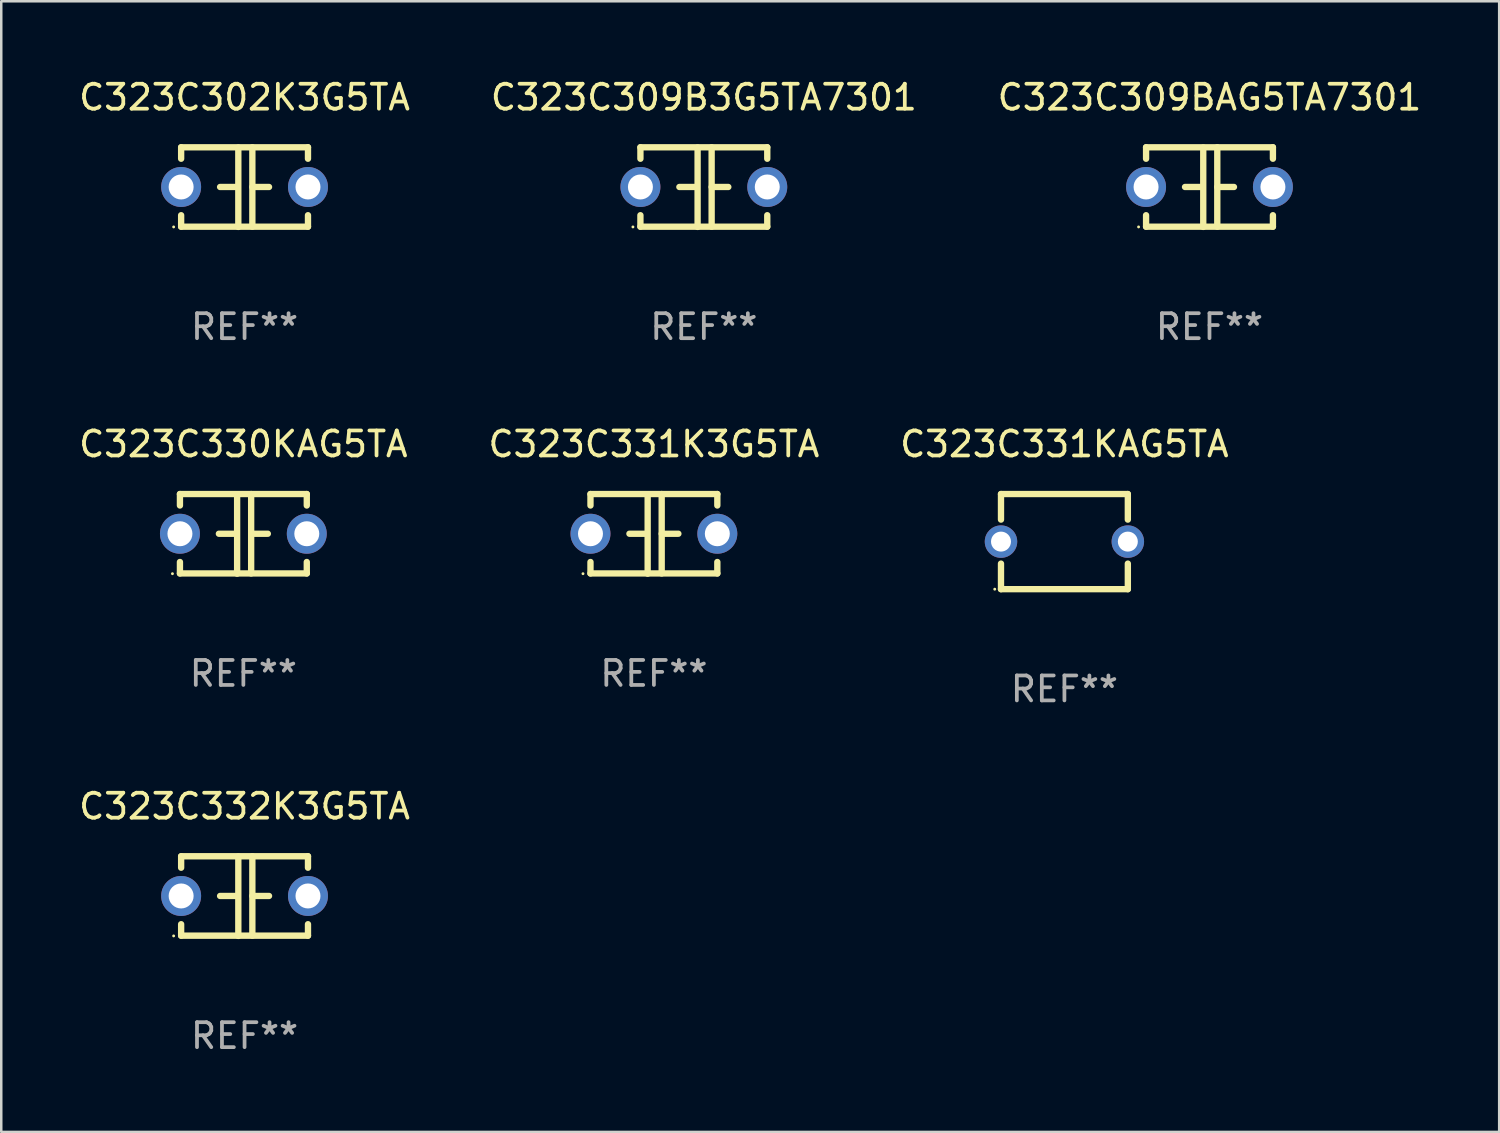
<source format=kicad_pcb>
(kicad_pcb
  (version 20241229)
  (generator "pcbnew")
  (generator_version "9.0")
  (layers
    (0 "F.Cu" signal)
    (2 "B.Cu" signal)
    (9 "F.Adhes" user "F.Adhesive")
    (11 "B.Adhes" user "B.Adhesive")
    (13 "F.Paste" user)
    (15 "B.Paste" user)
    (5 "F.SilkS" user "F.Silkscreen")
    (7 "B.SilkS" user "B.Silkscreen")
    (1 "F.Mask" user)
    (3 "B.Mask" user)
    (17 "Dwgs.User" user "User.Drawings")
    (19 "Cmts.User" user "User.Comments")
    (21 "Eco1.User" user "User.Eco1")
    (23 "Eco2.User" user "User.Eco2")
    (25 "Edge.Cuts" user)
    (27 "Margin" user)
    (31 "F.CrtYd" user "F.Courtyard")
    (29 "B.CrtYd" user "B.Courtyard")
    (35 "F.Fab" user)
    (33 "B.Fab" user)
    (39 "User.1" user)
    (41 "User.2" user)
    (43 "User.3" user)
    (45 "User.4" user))
  (footprint "C323C330KAG5TA"
    (layer "F.Cu")
    (at 6.696 18.33)
    (property "Reference" "C323C330KAG5TA" (at 0 -3.595 0) (layer "F.SilkS") (effects (font (size 1 1) (thickness 0.15))))
    (attr through_hole)
    (fp_line (start -2.54 -1.595) (end -2.54 -1.136) (stroke (width 0.254) (type solid)) (layer "F.SilkS"))
    (fp_line (start -2.54 -1.595) (end 2.54 -1.595) (stroke (width 0.254) (type solid)) (layer "F.SilkS"))
    (fp_line (start -2.54 1.126) (end -2.54 1.585) (stroke (width 0.254) (type solid)) (layer "F.SilkS"))
    (fp_line (start -0.312 -0.005) (end -0.98 -0.005) (stroke (width 0.254) (type solid)) (layer "F.SilkS"))
    (fp_line (start -0.25 -1.585) (end -0.25 1.595) (stroke (width 0.254) (type solid)) (layer "F.SilkS"))
    (fp_line (start 0.312 -1.595) (end 0.312 1.585) (stroke (width 0.254) (type solid)) (layer "F.SilkS"))
    (fp_line (start 0.312 -0.005) (end 0.98 -0.005) (stroke (width 0.254) (type solid)) (layer "F.SilkS"))
    (fp_line (start 2.54 -1.595) (end 2.54 -1.136) (stroke (width 0.254) (type solid)) (layer "F.SilkS"))
    (fp_line (start 2.54 1.126) (end 2.54 1.585) (stroke (width 0.254) (type solid)) (layer "F.SilkS"))
    (fp_line (start 2.54 1.585) (end -2.54 1.585) (stroke (width 0.254) (type solid)) (layer "F.SilkS"))
    (fp_circle (center -2.84 1.595) (end -2.81 1.595) (stroke (width 0.06) (type solid)) (fill no) (layer "F.SilkS"))
    (fp_text user "REF**" (at 0 5.595 0) (layer "F.Fab") (effects (font (size 1 1) (thickness 0.15))))
    (pad "1" thru_hole circle (at -2.54 -0.005) (size 1.6 1.6) (drill 1) (layers "*.Cu" "*.Mask"))
    (pad "2" thru_hole circle (at 2.54 -0.005) (size 1.6 1.6) (drill 1) (layers "*.Cu" "*.Mask")))
  (footprint "C323C331K3G5TA"
    (layer "F.Cu")
    (at 23.137 18.33)
    (property "Reference" "C323C331K3G5TA" (at 0 -3.595 0) (layer "F.SilkS") (effects (font (size 1 1) (thickness 0.15))))
    (attr through_hole)
    (fp_line (start -2.54 -1.595) (end -2.54 -1.136) (stroke (width 0.254) (type solid)) (layer "F.SilkS"))
    (fp_line (start -2.54 -1.595) (end 2.54 -1.595) (stroke (width 0.254) (type solid)) (layer "F.SilkS"))
    (fp_line (start -2.54 1.126) (end -2.54 1.585) (stroke (width 0.254) (type solid)) (layer "F.SilkS"))
    (fp_line (start -0.312 -0.005) (end -0.98 -0.005) (stroke (width 0.254) (type solid)) (layer "F.SilkS"))
    (fp_line (start -0.25 -1.585) (end -0.25 1.595) (stroke (width 0.254) (type solid)) (layer "F.SilkS"))
    (fp_line (start 0.312 -1.595) (end 0.312 1.585) (stroke (width 0.254) (type solid)) (layer "F.SilkS"))
    (fp_line (start 0.312 -0.005) (end 0.98 -0.005) (stroke (width 0.254) (type solid)) (layer "F.SilkS"))
    (fp_line (start 2.54 -1.595) (end 2.54 -1.136) (stroke (width 0.254) (type solid)) (layer "F.SilkS"))
    (fp_line (start 2.54 1.126) (end 2.54 1.585) (stroke (width 0.254) (type solid)) (layer "F.SilkS"))
    (fp_line (start 2.54 1.585) (end -2.54 1.585) (stroke (width 0.254) (type solid)) (layer "F.SilkS"))
    (fp_circle (center -2.84 1.595) (end -2.81 1.595) (stroke (width 0.06) (type solid)) (fill no) (layer "F.SilkS"))
    (fp_text user "REF**" (at 0 5.595 0) (layer "F.Fab") (effects (font (size 1 1) (thickness 0.15))))
    (pad "1" thru_hole circle (at -2.54 -0.005) (size 1.6 1.6) (drill 1) (layers "*.Cu" "*.Mask"))
    (pad "2" thru_hole circle (at 2.54 -0.005) (size 1.6 1.6) (drill 1) (layers "*.Cu" "*.Mask")))
  (footprint "C323C302K3G5TA"
    (layer "F.Cu")
    (at 6.744 4.443)
    (property "Reference" "C323C302K3G5TA" (at 0 -3.595 0) (layer "F.SilkS") (effects (font (size 1 1) (thickness 0.15))))
    (attr through_hole)
    (fp_line (start -2.54 -1.595) (end -2.54 -1.136) (stroke (width 0.254) (type solid)) (layer "F.SilkS"))
    (fp_line (start -2.54 -1.595) (end 2.54 -1.595) (stroke (width 0.254) (type solid)) (layer "F.SilkS"))
    (fp_line (start -2.54 1.126) (end -2.54 1.585) (stroke (width 0.254) (type solid)) (layer "F.SilkS"))
    (fp_line (start -0.312 -0.005) (end -0.98 -0.005) (stroke (width 0.254) (type solid)) (layer "F.SilkS"))
    (fp_line (start -0.25 -1.585) (end -0.25 1.595) (stroke (width 0.254) (type solid)) (layer "F.SilkS"))
    (fp_line (start 0.312 -1.595) (end 0.312 1.585) (stroke (width 0.254) (type solid)) (layer "F.SilkS"))
    (fp_line (start 0.312 -0.005) (end 0.98 -0.005) (stroke (width 0.254) (type solid)) (layer "F.SilkS"))
    (fp_line (start 2.54 -1.595) (end 2.54 -1.136) (stroke (width 0.254) (type solid)) (layer "F.SilkS"))
    (fp_line (start 2.54 1.126) (end 2.54 1.585) (stroke (width 0.254) (type solid)) (layer "F.SilkS"))
    (fp_line (start 2.54 1.585) (end -2.54 1.585) (stroke (width 0.254) (type solid)) (layer "F.SilkS"))
    (fp_circle (center -2.84 1.595) (end -2.81 1.595) (stroke (width 0.06) (type solid)) (fill no) (layer "F.SilkS"))
    (fp_text user "REF**" (at 0 5.595 0) (layer "F.Fab") (effects (font (size 1 1) (thickness 0.15))))
    (pad "1" thru_hole circle (at -2.54 -0.005) (size 1.6 1.6) (drill 1) (layers "*.Cu" "*.Mask"))
    (pad "2" thru_hole circle (at 2.54 -0.005) (size 1.6 1.6) (drill 1) (layers "*.Cu" "*.Mask")))
  (footprint "C323C309BAG5TA7301"
    (layer "F.Cu")
    (at 45.387 4.443)
    (property "Reference" "C323C309BAG5TA7301" (at 0 -3.595 0) (layer "F.SilkS") (effects (font (size 1 1) (thickness 0.15))))
    (attr through_hole)
    (fp_line (start -2.54 -1.595) (end -2.54 -1.136) (stroke (width 0.254) (type solid)) (layer "F.SilkS"))
    (fp_line (start -2.54 -1.595) (end 2.54 -1.595) (stroke (width 0.254) (type solid)) (layer "F.SilkS"))
    (fp_line (start -2.54 1.126) (end -2.54 1.585) (stroke (width 0.254) (type solid)) (layer "F.SilkS"))
    (fp_line (start -0.312 -0.005) (end -0.98 -0.005) (stroke (width 0.254) (type solid)) (layer "F.SilkS"))
    (fp_line (start -0.25 -1.585) (end -0.25 1.595) (stroke (width 0.254) (type solid)) (layer "F.SilkS"))
    (fp_line (start 0.312 -1.595) (end 0.312 1.585) (stroke (width 0.254) (type solid)) (layer "F.SilkS"))
    (fp_line (start 0.312 -0.005) (end 0.98 -0.005) (stroke (width 0.254) (type solid)) (layer "F.SilkS"))
    (fp_line (start 2.54 -1.595) (end 2.54 -1.136) (stroke (width 0.254) (type solid)) (layer "F.SilkS"))
    (fp_line (start 2.54 1.126) (end 2.54 1.585) (stroke (width 0.254) (type solid)) (layer "F.SilkS"))
    (fp_line (start 2.54 1.585) (end -2.54 1.585) (stroke (width 0.254) (type solid)) (layer "F.SilkS"))
    (fp_circle (center -2.84 1.595) (end -2.81 1.595) (stroke (width 0.06) (type solid)) (fill no) (layer "F.SilkS"))
    (fp_text user "REF**" (at 0 5.595 0) (layer "F.Fab") (effects (font (size 1 1) (thickness 0.15))))
    (pad "1" thru_hole circle (at -2.54 -0.005) (size 1.6 1.6) (drill 1) (layers "*.Cu" "*.Mask"))
    (pad "2" thru_hole circle (at 2.54 -0.005) (size 1.6 1.6) (drill 1) (layers "*.Cu" "*.Mask")))
  (footprint "C323C331KAG5TA"
    (layer "F.Cu")
    (at 39.577 18.64)
    (property "Reference" "C323C331KAG5TA" (at 0 -3.905 0) (layer "F.SilkS") (effects (font (size 1 1) (thickness 0.15))))
    (attr through_hole)
    (fp_line (start -2.54 -1.905) (end -2.54 -0.881) (stroke (width 0.254) (type solid)) (layer "F.SilkS"))
    (fp_line (start -2.54 0.881) (end -2.54 1.905) (stroke (width 0.254) (type solid)) (layer "F.SilkS"))
    (fp_line (start -2.54 1.905) (end 2.54 1.905) (stroke (width 0.254) (type solid)) (layer "F.SilkS"))
    (fp_line (start 2.54 -1.905) (end -2.54 -1.905) (stroke (width 0.254) (type solid)) (layer "F.SilkS"))
    (fp_line (start 2.54 -0.881) (end 2.54 -1.905) (stroke (width 0.254) (type solid)) (layer "F.SilkS"))
    (fp_line (start 2.54 1.905) (end 2.54 0.881) (stroke (width 0.254) (type solid)) (layer "F.SilkS"))
    (fp_circle (center -2.79 1.905) (end -2.76 1.905) (stroke (width 0.06) (type solid)) (fill no) (layer "F.SilkS"))
    (fp_text user "REF**" (at 0 5.905 0) (layer "F.Fab") (effects (font (size 1 1) (thickness 0.15))))
    (pad "1" thru_hole circle (at -2.54 0) (size 1.3 1.3) (drill 0.8) (layers "*.Cu" "*.Mask"))
    (pad "2" thru_hole circle (at 2.54 0) (size 1.3 1.3) (drill 0.8) (layers "*.Cu" "*.Mask")))
  (footprint "C323C332K3G5TA"
    (layer "F.Cu")
    (at 6.744 32.836)
    (property "Reference" "C323C332K3G5TA" (at 0 -3.595 0) (layer "F.SilkS") (effects (font (size 1 1) (thickness 0.15))))
    (attr through_hole)
    (fp_line (start -2.54 -1.595) (end -2.54 -1.136) (stroke (width 0.254) (type solid)) (layer "F.SilkS"))
    (fp_line (start -2.54 -1.595) (end 2.54 -1.595) (stroke (width 0.254) (type solid)) (layer "F.SilkS"))
    (fp_line (start -2.54 1.126) (end -2.54 1.585) (stroke (width 0.254) (type solid)) (layer "F.SilkS"))
    (fp_line (start -0.312 -0.005) (end -0.98 -0.005) (stroke (width 0.254) (type solid)) (layer "F.SilkS"))
    (fp_line (start -0.25 -1.585) (end -0.25 1.595) (stroke (width 0.254) (type solid)) (layer "F.SilkS"))
    (fp_line (start 0.312 -1.595) (end 0.312 1.585) (stroke (width 0.254) (type solid)) (layer "F.SilkS"))
    (fp_line (start 0.312 -0.005) (end 0.98 -0.005) (stroke (width 0.254) (type solid)) (layer "F.SilkS"))
    (fp_line (start 2.54 -1.595) (end 2.54 -1.136) (stroke (width 0.254) (type solid)) (layer "F.SilkS"))
    (fp_line (start 2.54 1.126) (end 2.54 1.585) (stroke (width 0.254) (type solid)) (layer "F.SilkS"))
    (fp_line (start 2.54 1.585) (end -2.54 1.585) (stroke (width 0.254) (type solid)) (layer "F.SilkS"))
    (fp_circle (center -2.84 1.595) (end -2.81 1.595) (stroke (width 0.06) (type solid)) (fill no) (layer "F.SilkS"))
    (fp_text user "REF**" (at 0 5.595 0) (layer "F.Fab") (effects (font (size 1 1) (thickness 0.15))))
    (pad "1" thru_hole circle (at -2.54 -0.005) (size 1.6 1.6) (drill 1) (layers "*.Cu" "*.Mask"))
    (pad "2" thru_hole circle (at 2.54 -0.005) (size 1.6 1.6) (drill 1) (layers "*.Cu" "*.Mask")))
  (footprint "C323C309B3G5TA7301"
    (layer "F.Cu")
    (at 25.137 4.443)
    (property "Reference" "C323C309B3G5TA7301" (at 0 -3.595 0) (layer "F.SilkS") (effects (font (size 1 1) (thickness 0.15))))
    (attr through_hole)
    (fp_line (start -2.54 -1.595) (end -2.54 -1.136) (stroke (width 0.254) (type solid)) (layer "F.SilkS"))
    (fp_line (start -2.54 -1.595) (end 2.54 -1.595) (stroke (width 0.254) (type solid)) (layer "F.SilkS"))
    (fp_line (start -2.54 1.126) (end -2.54 1.585) (stroke (width 0.254) (type solid)) (layer "F.SilkS"))
    (fp_line (start -0.312 -0.005) (end -0.98 -0.005) (stroke (width 0.254) (type solid)) (layer "F.SilkS"))
    (fp_line (start -0.25 -1.585) (end -0.25 1.595) (stroke (width 0.254) (type solid)) (layer "F.SilkS"))
    (fp_line (start 0.312 -1.595) (end 0.312 1.585) (stroke (width 0.254) (type solid)) (layer "F.SilkS"))
    (fp_line (start 0.312 -0.005) (end 0.98 -0.005) (stroke (width 0.254) (type solid)) (layer "F.SilkS"))
    (fp_line (start 2.54 -1.595) (end 2.54 -1.136) (stroke (width 0.254) (type solid)) (layer "F.SilkS"))
    (fp_line (start 2.54 1.126) (end 2.54 1.585) (stroke (width 0.254) (type solid)) (layer "F.SilkS"))
    (fp_line (start 2.54 1.585) (end -2.54 1.585) (stroke (width 0.254) (type solid)) (layer "F.SilkS"))
    (fp_circle (center -2.84 1.595) (end -2.81 1.595) (stroke (width 0.06) (type solid)) (fill no) (layer "F.SilkS"))
    (fp_text user "REF**" (at 0 5.595 0) (layer "F.Fab") (effects (font (size 1 1) (thickness 0.15))))
    (pad "1" thru_hole circle (at -2.54 -0.005) (size 1.6 1.6) (drill 1) (layers "*.Cu" "*.Mask"))
    (pad "2" thru_hole circle (at 2.54 -0.005) (size 1.6 1.6) (drill 1) (layers "*.Cu" "*.Mask")))
  (gr_rect
    (start -3 -3)
    (end 56.988 42.279)
    (stroke (width 0.1) (type default))
    (fill no)
    (layer "Edge.Cuts")))
</source>
